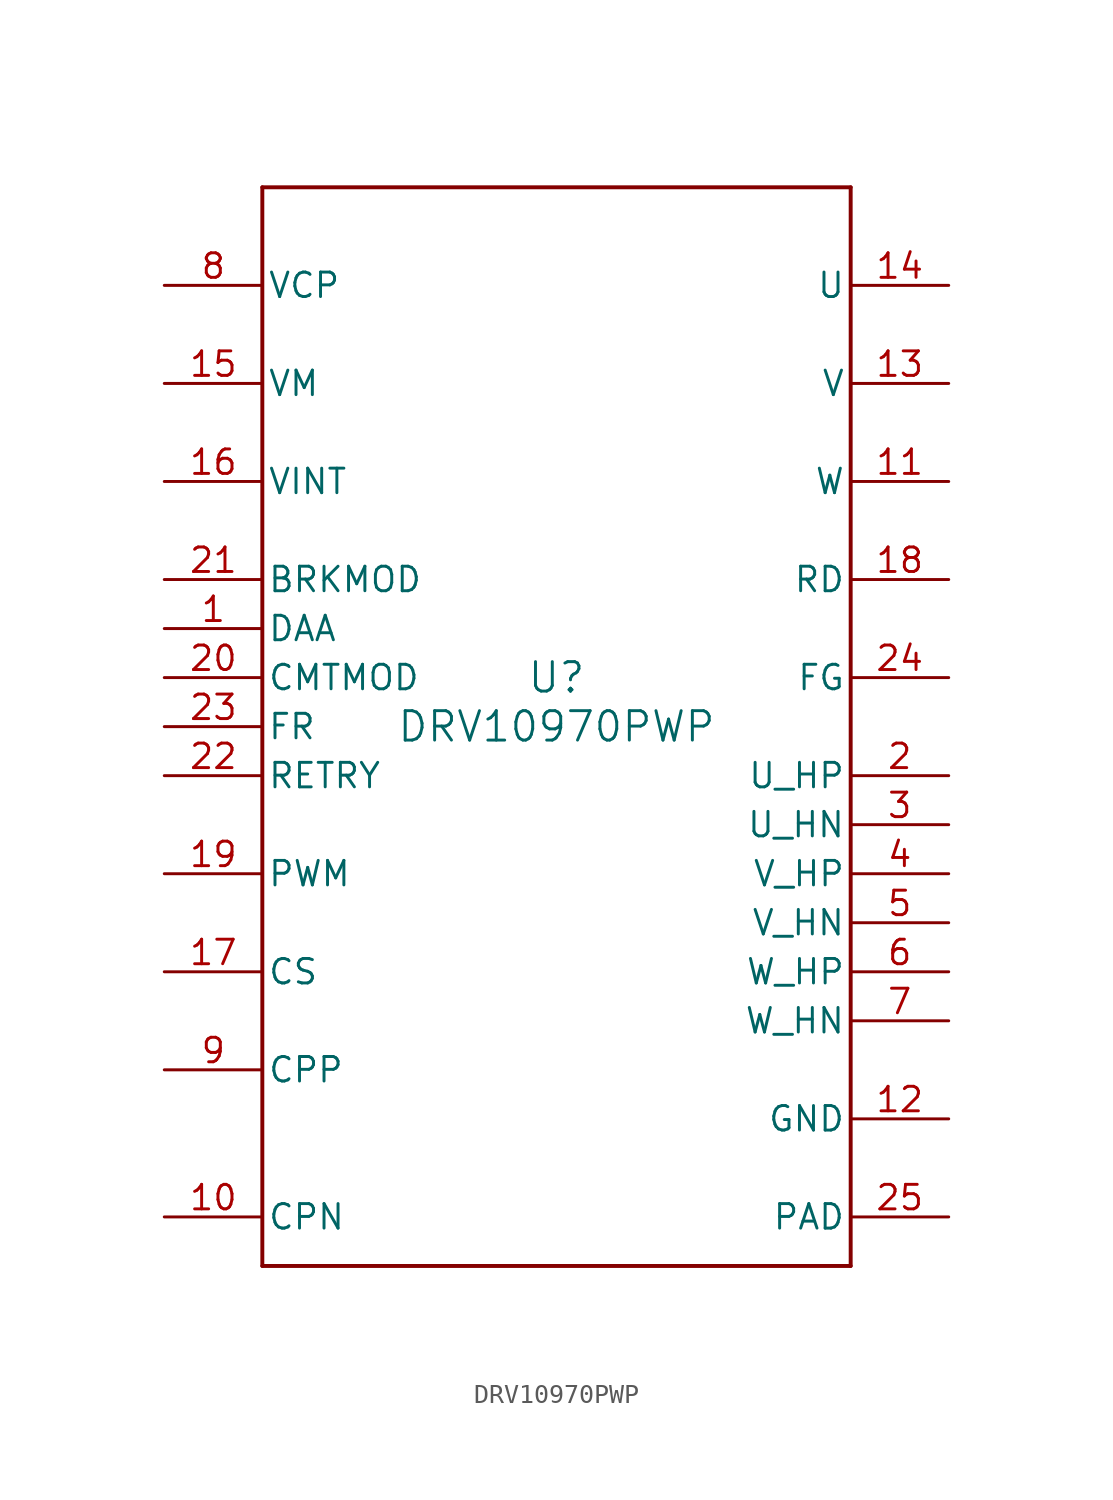
<source format=kicad_sym>
(kicad_symbol_lib
  (version 20231120)
  (generator "kicad_symbol_editor")
  (generator_version "8.0")
  (symbol "DRV10970PWP"
    (pin_names
      (offset 0.254))
    (property "Reference" "U"
      (at 0 2.54 0)
      (effects (font (size 1.524 1.524))))
    (property "Value" "DRV10970PWP"
      (at 0 0 0)
      (effects (font (size 1.524 1.524))))
    (symbol "DRV10970PWP_0_1"
      (polyline (pts (xy -15.24 -27.94) (xy 15.24 -27.94)) (stroke (width 0.203) (type default)) (fill (type none)))
      (polyline (pts (xy -15.24 27.94) (xy -15.24 -27.94)) (stroke (width 0.203) (type default)) (fill (type none)))
      (polyline (pts (xy 15.24 -27.94) (xy 15.24 27.94)) (stroke (width 0.203) (type default)) (fill (type none)))
      (polyline (pts (xy 15.24 27.94) (xy -15.24 27.94)) (stroke (width 0.203) (type default)) (fill (type none)))
      (pin input line (at -20.32 5.08 0) (length 5.08) (name "DAA" (effects (font (size 1.27 1.27)))) (number "1" (effects (font (size 1.27 1.27)))))
      (pin power_out line (at -20.32 -25.4 0) (length 5.08) (name "CPN" (effects (font (size 1.27 1.27)))) (number "10" (effects (font (size 1.27 1.27)))))
      (pin output line (at 20.32 12.7 180) (length 5.08) (name "W" (effects (font (size 1.27 1.27)))) (number "11" (effects (font (size 1.27 1.27)))))
      (pin power_in line (at 20.32 -20.32 180) (length 5.08) (name "GND" (effects (font (size 1.27 1.27)))) (number "12" (effects (font (size 1.27 1.27)))))
      (pin output line (at 20.32 17.78 180) (length 5.08) (name "V" (effects (font (size 1.27 1.27)))) (number "13" (effects (font (size 1.27 1.27)))))
      (pin output line (at 20.32 22.86 180) (length 5.08) (name "U" (effects (font (size 1.27 1.27)))) (number "14" (effects (font (size 1.27 1.27)))))
      (pin power_in line (at -20.32 17.78 0) (length 5.08) (name "VM" (effects (font (size 1.27 1.27)))) (number "15" (effects (font (size 1.27 1.27)))))
      (pin power_out line (at -20.32 12.7 0) (length 5.08) (name "VINT" (effects (font (size 1.27 1.27)))) (number "16" (effects (font (size 1.27 1.27)))))
      (pin input line (at -20.32 -12.7 0) (length 5.08) (name "CS" (effects (font (size 1.27 1.27)))) (number "17" (effects (font (size 1.27 1.27)))))
      (pin open_collector line (at 20.32 7.62 180) (length 5.08) (name "RD" (effects (font (size 1.27 1.27)))) (number "18" (effects (font (size 1.27 1.27)))))
      (pin input line (at -20.32 -7.62 0) (length 5.08) (name "PWM" (effects (font (size 1.27 1.27)))) (number "19" (effects (font (size 1.27 1.27)))))
      (pin input line (at 20.32 -2.54 180) (length 5.08) (name "U_HP" (effects (font (size 1.27 1.27)))) (number "2" (effects (font (size 1.27 1.27)))))
      (pin input line (at -20.32 2.54 0) (length 5.08) (name "CMTMOD" (effects (font (size 1.27 1.27)))) (number "20" (effects (font (size 1.27 1.27)))))
      (pin input line (at -20.32 7.62 0) (length 5.08) (name "BRKMOD" (effects (font (size 1.27 1.27)))) (number "21" (effects (font (size 1.27 1.27)))))
      (pin input line (at -20.32 -2.54 0) (length 5.08) (name "RETRY" (effects (font (size 1.27 1.27)))) (number "22" (effects (font (size 1.27 1.27)))))
      (pin input line (at -20.32 0 0) (length 5.08) (name "FR" (effects (font (size 1.27 1.27)))) (number "23" (effects (font (size 1.27 1.27)))))
      (pin open_collector line (at 20.32 2.54 180) (length 5.08) (name "FG" (effects (font (size 1.27 1.27)))) (number "24" (effects (font (size 1.27 1.27)))))
      (pin power_in line (at 20.32 -25.4 180) (length 5.08) (name "PAD" (effects (font (size 1.27 1.27)))) (number "25" (effects (font (size 1.27 1.27)))))
      (pin input line (at 20.32 -5.08 180) (length 5.08) (name "U_HN" (effects (font (size 1.27 1.27)))) (number "3" (effects (font (size 1.27 1.27)))))
      (pin input line (at 20.32 -7.62 180) (length 5.08) (name "V_HP" (effects (font (size 1.27 1.27)))) (number "4" (effects (font (size 1.27 1.27)))))
      (pin input line (at 20.32 -10.16 180) (length 5.08) (name "V_HN" (effects (font (size 1.27 1.27)))) (number "5" (effects (font (size 1.27 1.27)))))
      (pin input line (at 20.32 -12.7 180) (length 5.08) (name "W_HP" (effects (font (size 1.27 1.27)))) (number "6" (effects (font (size 1.27 1.27)))))
      (pin input line (at 20.32 -15.24 180) (length 5.08) (name "W_HN" (effects (font (size 1.27 1.27)))) (number "7" (effects (font (size 1.27 1.27)))))
      (pin power_out line (at -20.32 22.86 0) (length 5.08) (name "VCP" (effects (font (size 1.27 1.27)))) (number "8" (effects (font (size 1.27 1.27)))))
      (pin power_out line (at -20.32 -17.78 0) (length 5.08) (name "CPP" (effects (font (size 1.27 1.27)))) (number "9" (effects (font (size 1.27 1.27))))))))
</source>
